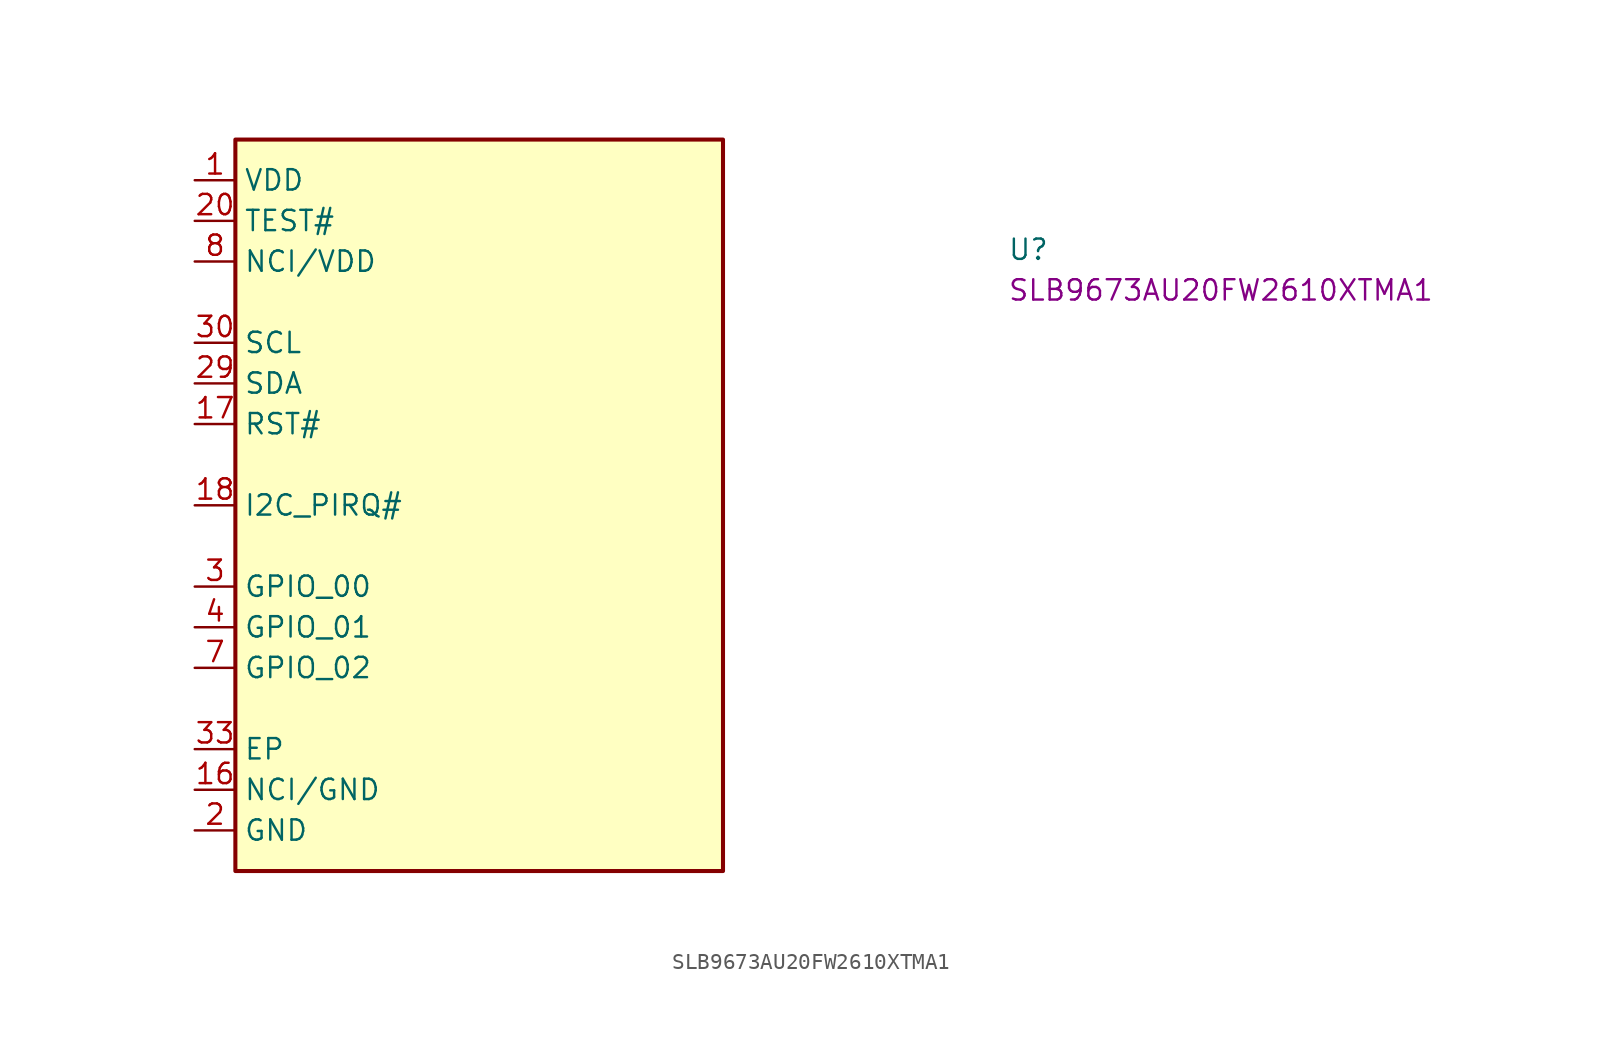
<source format=kicad_sym>
(kicad_symbol_lib
  (version 20220914)
  (generator kicad_symbol_editor)
  (symbol "SLB9673AU20FW2610XTMA1"
    (property "Reference" "U"
      (at 50.8 -5.08 0)
      (effects (font (size 1.27 1.27) (thickness 0.15)) (justify left bottom)))
    (property "MPN" "SLB9673AU20FW2610XTMA1"
      (at 50.8 -7.62 0)
      (effects (font (size 1.27 1.27) (thickness 0.15)) (justify left bottom)))
    (symbol "SLB9673AU20FW2610XTMA1_1_1"
      (rectangle (start 2.54 2.54) (end 33.02 -43.18) (stroke (width 0.254) (type default)) (fill (type background)))
      (pin power_in line (at 0 0 0) (length 2.54) (name "VDD" (effects (font (size 1.27 1.27)))) (number "1" (effects (font (size 1.27 1.27)))))
      (pin passive line (at 33.02 -27.94 180) (length 2.54) hide (name "NCI" (effects (font (size 1.27 1.27)))) (number "10" (effects (font (size 1.27 1.27)))))
      (pin passive line (at 33.02 -30.48 180) (length 2.54) hide (name "NCI" (effects (font (size 1.27 1.27)))) (number "11" (effects (font (size 1.27 1.27)))))
      (pin passive line (at 33.02 -35.56 180) (length 2.54) hide (name "NCI" (effects (font (size 1.27 1.27)))) (number "12" (effects (font (size 1.27 1.27)))))
      (pin passive line (at 33.02 -38.1 180) (length 2.54) hide (name "NCI" (effects (font (size 1.27 1.27)))) (number "13" (effects (font (size 1.27 1.27)))))
      (pin passive line (at 0 0 0) (length 2.54) hide (name "VDD" (effects (font (size 1.27 1.27)))) (number "14" (effects (font (size 1.27 1.27)))))
      (pin passive line (at 33.02 -40.64 180) (length 2.54) hide (name "NCI" (effects (font (size 1.27 1.27)))) (number "15" (effects (font (size 1.27 1.27)))))
      (pin passive line (at 0 -38.1 0) (length 2.54) (name "NCI/GND" (effects (font (size 1.27 1.27)))) (number "16" (effects (font (size 1.27 1.27)))))
      (pin passive line (at 0 -15.24 0) (length 2.54) (name "RST#" (effects (font (size 1.27 1.27)))) (number "17" (effects (font (size 1.27 1.27)))))
      (pin passive line (at 0 -20.32 0) (length 2.54) (name "I2C_PIRQ#" (effects (font (size 1.27 1.27)))) (number "18" (effects (font (size 1.27 1.27)))))
      (pin passive line (at 33.02 -17.78 180) (length 2.54) hide (name "NC" (effects (font (size 1.27 1.27)))) (number "19" (effects (font (size 1.27 1.27)))))
      (pin power_in line (at 0 -40.64 0) (length 2.54) (name "GND" (effects (font (size 1.27 1.27)))) (number "2" (effects (font (size 1.27 1.27)))))
      (pin passive line (at 0 -2.54 0) (length 2.54) (name "TEST#" (effects (font (size 1.27 1.27)))) (number "20" (effects (font (size 1.27 1.27)))))
      (pin passive line (at 33.02 -20.32 180) (length 2.54) hide (name "NC" (effects (font (size 1.27 1.27)))) (number "21" (effects (font (size 1.27 1.27)))))
      (pin passive line (at 0 0 0) (length 2.54) hide (name "VDD" (effects (font (size 1.27 1.27)))) (number "22" (effects (font (size 1.27 1.27)))))
      (pin passive line (at 0 -40.64 0) (length 2.54) hide (name "GND" (effects (font (size 1.27 1.27)))) (number "23" (effects (font (size 1.27 1.27)))))
      (pin passive line (at 33.02 -22.86 180) (length 2.54) hide (name "NC" (effects (font (size 1.27 1.27)))) (number "24" (effects (font (size 1.27 1.27)))))
      (pin passive line (at 33.02 -15.24 180) (length 2.54) hide (name "NCI" (effects (font (size 1.27 1.27)))) (number "25" (effects (font (size 1.27 1.27)))))
      (pin passive line (at 33.02 -12.7 180) (length 2.54) hide (name "NCI" (effects (font (size 1.27 1.27)))) (number "26" (effects (font (size 1.27 1.27)))))
      (pin passive line (at 33.02 -10.16 180) (length 2.54) hide (name "NCI" (effects (font (size 1.27 1.27)))) (number "27" (effects (font (size 1.27 1.27)))))
      (pin passive line (at 33.02 -7.62 180) (length 2.54) hide (name "NCI" (effects (font (size 1.27 1.27)))) (number "28" (effects (font (size 1.27 1.27)))))
      (pin passive line (at 0 -12.7 0) (length 2.54) (name "SDA" (effects (font (size 1.27 1.27)))) (number "29" (effects (font (size 1.27 1.27)))))
      (pin passive line (at 0 -25.4 0) (length 2.54) (name "GPIO_00" (effects (font (size 1.27 1.27)))) (number "3" (effects (font (size 1.27 1.27)))))
      (pin passive line (at 0 -10.16 0) (length 2.54) (name "SCL" (effects (font (size 1.27 1.27)))) (number "30" (effects (font (size 1.27 1.27)))))
      (pin passive line (at 33.02 -5.08 180) (length 2.54) hide (name "NCI" (effects (font (size 1.27 1.27)))) (number "31" (effects (font (size 1.27 1.27)))))
      (pin passive line (at 0 -40.64 0) (length 2.54) hide (name "GND" (effects (font (size 1.27 1.27)))) (number "32" (effects (font (size 1.27 1.27)))))
      (pin passive line (at 0 -35.56 0) (length 2.54) (name "EP" (effects (font (size 1.27 1.27)))) (number "33" (effects (font (size 1.27 1.27)))))
      (pin passive line (at 0 -27.94 0) (length 2.54) (name "GPIO_01" (effects (font (size 1.27 1.27)))) (number "4" (effects (font (size 1.27 1.27)))))
      (pin passive line (at 33.02 -33.02 180) (length 2.54) hide (name "NCI" (effects (font (size 1.27 1.27)))) (number "5" (effects (font (size 1.27 1.27)))))
      (pin passive line (at 33.02 -25.4 180) (length 2.54) hide (name "NC" (effects (font (size 1.27 1.27)))) (number "6" (effects (font (size 1.27 1.27)))))
      (pin passive line (at 0 -30.48 0) (length 2.54) (name "GPIO_02" (effects (font (size 1.27 1.27)))) (number "7" (effects (font (size 1.27 1.27)))))
      (pin passive line (at 0 -5.08 0) (length 2.54) (name "NCI/VDD" (effects (font (size 1.27 1.27)))) (number "8" (effects (font (size 1.27 1.27)))))
      (pin passive line (at 0 -40.64 0) (length 2.54) hide (name "GND" (effects (font (size 1.27 1.27)))) (number "9" (effects (font (size 1.27 1.27))))))))
</source>
